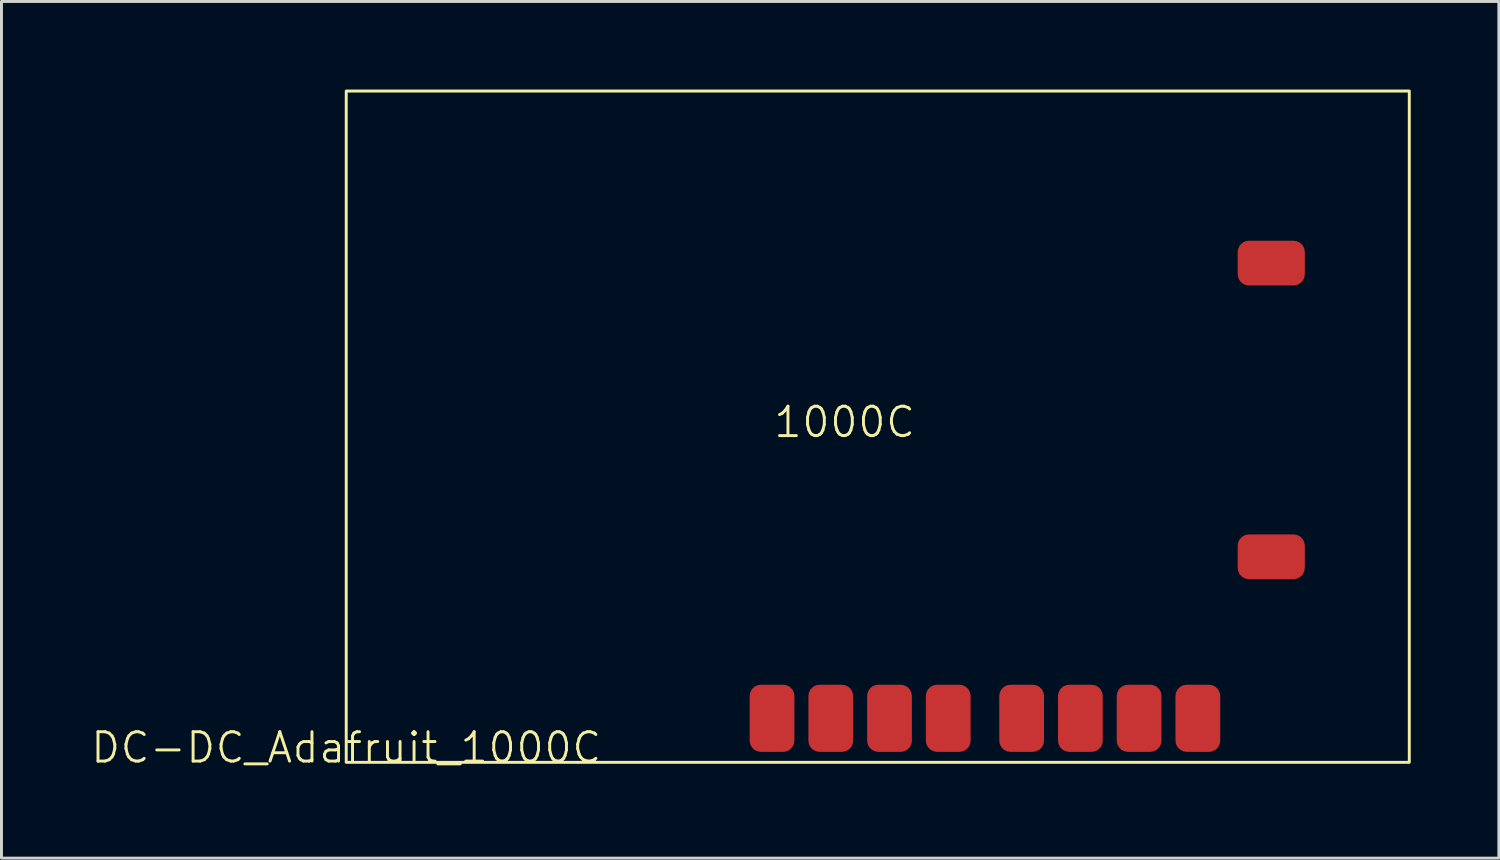
<source format=kicad_pcb>
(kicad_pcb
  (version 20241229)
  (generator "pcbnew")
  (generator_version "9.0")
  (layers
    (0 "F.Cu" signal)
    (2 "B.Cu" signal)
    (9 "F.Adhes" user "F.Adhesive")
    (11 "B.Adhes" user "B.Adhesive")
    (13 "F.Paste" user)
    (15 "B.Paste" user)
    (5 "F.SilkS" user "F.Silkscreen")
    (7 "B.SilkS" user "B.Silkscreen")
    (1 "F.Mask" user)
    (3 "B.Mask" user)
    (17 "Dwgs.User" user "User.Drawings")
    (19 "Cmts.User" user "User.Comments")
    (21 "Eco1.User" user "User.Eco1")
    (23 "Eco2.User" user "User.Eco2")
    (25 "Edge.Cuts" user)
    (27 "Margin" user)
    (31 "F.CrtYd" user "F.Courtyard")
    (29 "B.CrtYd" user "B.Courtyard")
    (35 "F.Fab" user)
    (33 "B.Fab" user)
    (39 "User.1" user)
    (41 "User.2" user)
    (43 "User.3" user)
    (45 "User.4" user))
  (footprint "DC-DC_Adafruit_1000C"
    (layer "F.Cu")
    (at 8.74 22.91)
    (property "Reference" "DC-DC_Adafruit_1000C" (at 0 -0.5 0) (unlocked yes) (layer "F.SilkS") (effects (font (size 1 1) (thickness 0.1))))
    (attr smd)
    (fp_rect (start 0 -22.86) (end 36.2 0) (stroke (width 0.1) (type default)) (fill no) (layer "F.SilkS"))
    (fp_text user "1000C" (at 14.5 -11 0) (unlocked yes) (layer "F.SilkS") (effects (font (size 1 1) (thickness 0.1)) (justify left bottom)))
    (pad "+" smd roundrect (at 31.5 -17 180) (size 2.286 1.524) (layers "F.Cu" "F.Mask" "F.Paste") (roundrect_rratio 0.25))
    (pad "-" smd roundrect (at 31.5 -7) (size 2.286 1.524) (layers "F.Cu" "F.Mask" "F.Paste") (roundrect_rratio 0.25))
    (pad "1" smd roundrect (at 14.5 -1.5 90) (size 2.286 1.524) (layers "F.Cu" "F.Mask" "F.Paste") (roundrect_rratio 0.25))
    (pad "2" smd roundrect (at 16.5 -1.5 90) (size 2.286 1.524) (layers "F.Cu" "F.Mask" "F.Paste") (roundrect_rratio 0.25))
    (pad "3" smd roundrect (at 18.5 -1.5 90) (size 2.286 1.524) (layers "F.Cu" "F.Mask" "F.Paste") (roundrect_rratio 0.25))
    (pad "4" smd roundrect (at 20.5 -1.5 90) (size 2.286 1.524) (layers "F.Cu" "F.Mask" "F.Paste") (roundrect_rratio 0.25))
    (pad "5" smd roundrect (at 23 -1.5 90) (size 2.286 1.524) (layers "F.Cu" "F.Mask" "F.Paste") (roundrect_rratio 0.25))
    (pad "6" smd roundrect (at 25 -1.5 90) (size 2.286 1.524) (layers "F.Cu" "F.Mask" "F.Paste") (roundrect_rratio 0.25))
    (pad "7" smd roundrect (at 27 -1.5 90) (size 2.286 1.524) (layers "F.Cu" "F.Mask" "F.Paste") (roundrect_rratio 0.25))
    (pad "8" smd roundrect (at 29 -1.5 90) (size 2.286 1.524) (layers "F.Cu" "F.Mask" "F.Paste") (roundrect_rratio 0.25)))
  (gr_rect
    (start -3 -3)
    (end 47.99 26.171)
    (stroke (width 0.1) (type default))
    (fill no)
    (layer "Edge.Cuts")))
</source>
